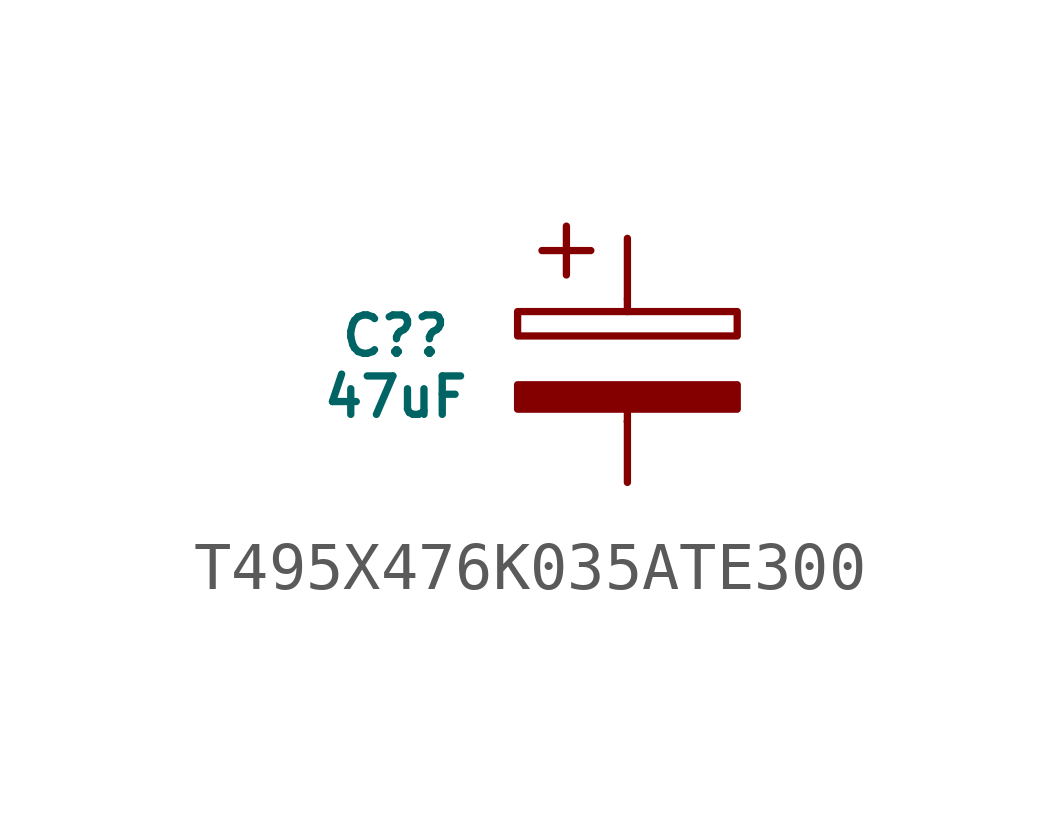
<source format=kicad_sym>
(kicad_symbol_lib
  (version 20231120)
  (generator "kicad_symbol_editor")
  (generator_version "8.0")
  (symbol "T495X476K035ATE300"
    (pin_numbers hide)
    (pin_names hide)
    (property "Reference" "C?"
      (at -4.826 0.508 0)
      (do_not_autoplace)
      (effects (font (size 0.8 0.8))))
    (property "Value" "47uF"
      (at -4.826 -0.762 0)
      (do_not_autoplace)
      (effects (font (size 0.8 0.8))))
    (symbol "T495X476K035ATE300_0_1"
      (rectangle (start -2.286 -0.508) (end 2.286 -1.016) (stroke (width 0) (type default)) (fill (type outline)))
      (rectangle (start -2.286 0.508) (end 2.286 1.016) (stroke (width 0) (type default)) (fill (type none)))
      (polyline (pts (xy -1.778 2.286) (xy -0.762 2.286)) (stroke (width 0) (type default)) (fill (type none)))
      (polyline (pts (xy -1.27 2.794) (xy -1.27 1.778)) (stroke (width 0) (type default)) (fill (type none)))
      (polyline (pts (xy 0 -1.27) (xy 0 -1.27)) (stroke (width 0) (type default)) (fill (type none)))
      (polyline (pts (xy 0 -1.27) (xy 0 -1.016)) (stroke (width 0) (type default)) (fill (type none)))
      (polyline (pts (xy 0 1.016) (xy 0 1.27)) (stroke (width 0) (type default)) (fill (type none))))
    (symbol "T495X476K035ATE300_1_0"
      (pin passive line (at 0 2.54 270) (length 1.27) (name "" (effects (font (size 0.8 0.8)))) (number "1" (effects (font (size 0.8 0.8)))))
      (pin passive line (at 0 -2.54 90) (length 1.27) (name "" (effects (font (size 0.8 0.8)))) (number "2" (effects (font (size 0.8 0.8))))))))
</source>
